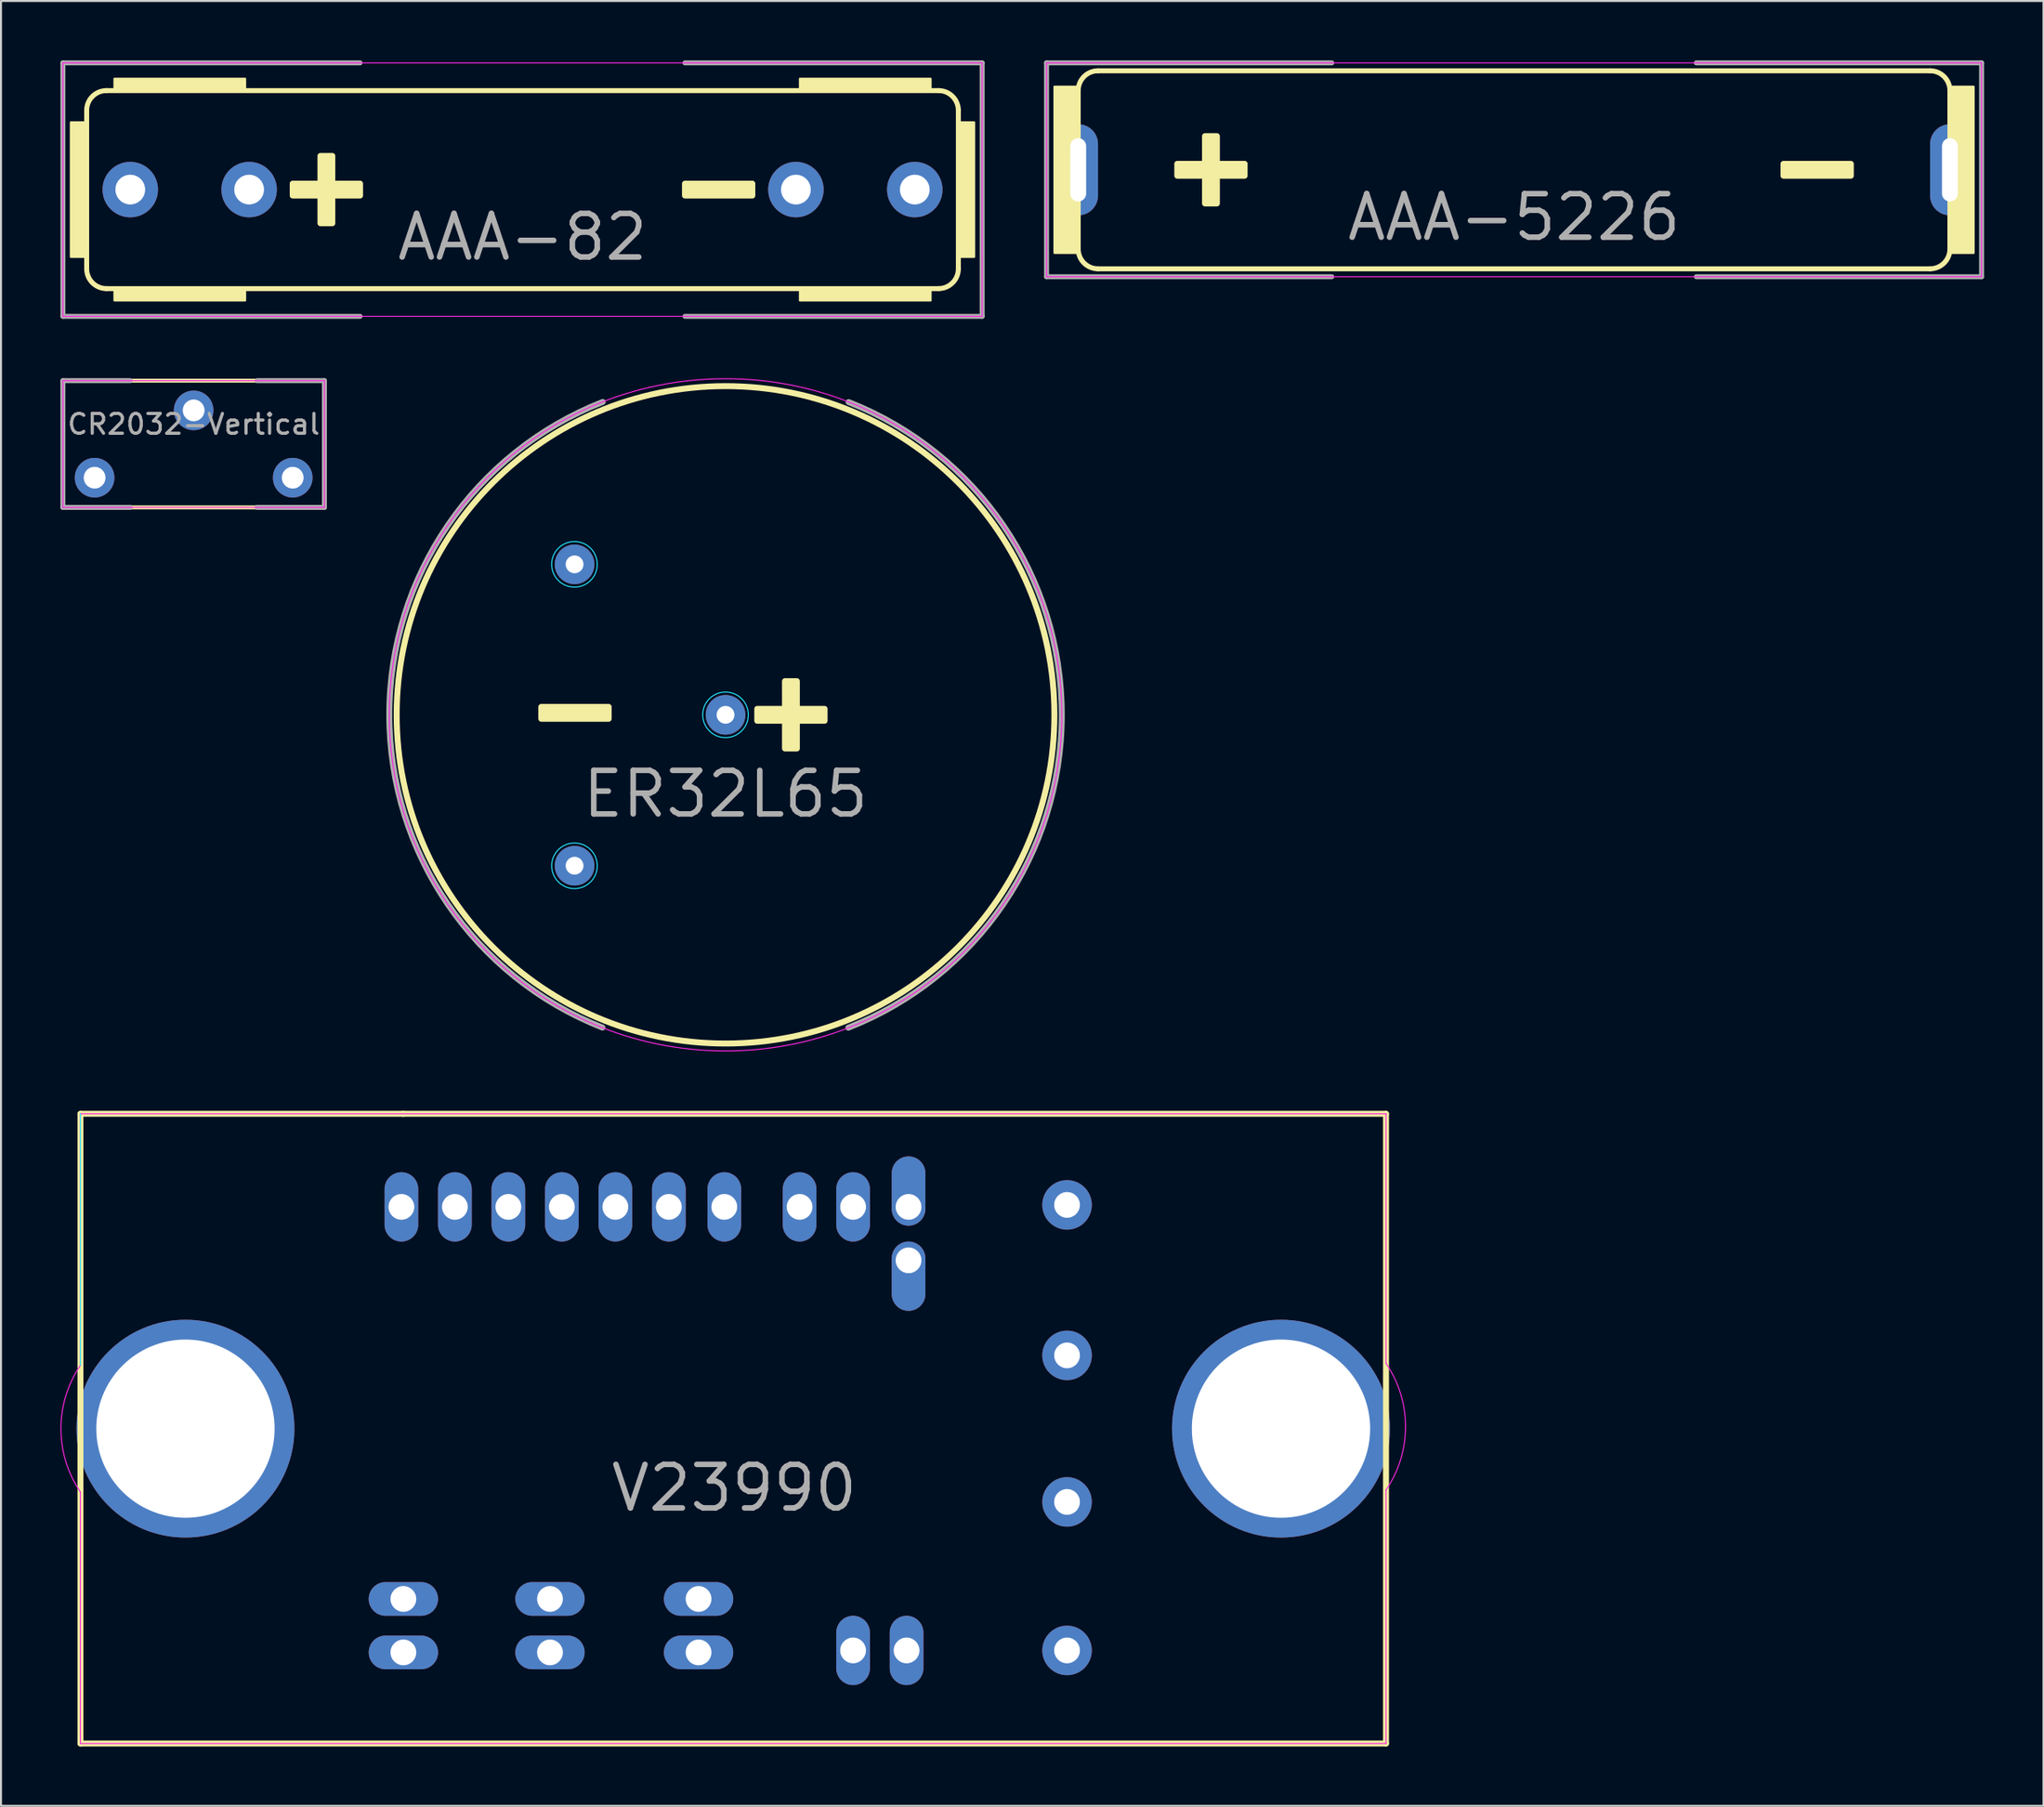
<source format=kicad_pcb>
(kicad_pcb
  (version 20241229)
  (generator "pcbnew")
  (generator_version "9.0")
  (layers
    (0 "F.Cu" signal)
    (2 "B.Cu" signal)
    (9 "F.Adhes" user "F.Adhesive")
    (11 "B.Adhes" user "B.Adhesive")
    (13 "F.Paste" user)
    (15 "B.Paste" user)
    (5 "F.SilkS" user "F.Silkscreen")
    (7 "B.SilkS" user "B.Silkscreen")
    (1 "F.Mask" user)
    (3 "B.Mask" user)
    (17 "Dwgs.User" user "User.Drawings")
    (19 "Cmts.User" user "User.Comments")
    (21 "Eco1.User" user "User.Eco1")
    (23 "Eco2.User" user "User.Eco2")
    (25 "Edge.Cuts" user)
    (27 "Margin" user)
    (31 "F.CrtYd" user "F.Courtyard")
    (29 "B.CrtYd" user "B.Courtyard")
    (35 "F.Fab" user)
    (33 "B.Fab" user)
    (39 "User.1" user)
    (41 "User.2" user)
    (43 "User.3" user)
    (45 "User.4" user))
  (footprint "CR2032-Vertical"
    (layer "F.Cu")
    (at 6.725 19.375)
    (property "Reference" "CR2032-Vertical" (at 0 -1 0) (unlocked yes) (layer "F.Fab") (effects (font (size 1 1) (thickness 0.16))))
    (attr smd)
    (fp_line (start -6.6 -3.2) (end 6.6 -3.2) (stroke (width 0.2) (type default)) (layer "F.SilkS"))
    (fp_line (start -6.6 3.2) (end -6.6 -3.2) (stroke (width 0.2) (type default)) (layer "F.SilkS"))
    (fp_line (start -6.6 3.2) (end 6.6 3.2) (stroke (width 0.2) (type default)) (layer "F.SilkS"))
    (fp_line (start 6.6 3.2) (end 6.6 -3.2) (stroke (width 0.2) (type default)) (layer "F.SilkS"))
    (fp_line (start -6.6 -3.2) (end -6.6 3.2) (stroke (width 0.05) (type default)) (layer "F.CrtYd"))
    (fp_line (start -6.6 -3.2) (end 6.6 -3.2) (stroke (width 0.05) (type default)) (layer "F.CrtYd"))
    (fp_line (start -6.6 3.2) (end 6.6 3.2) (stroke (width 0.05) (type default)) (layer "F.CrtYd"))
    (fp_line (start 6.6 -3.2) (end 6.6 3.2) (stroke (width 0.05) (type default)) (layer "F.CrtYd"))
    (fp_line (start -6.6 -3.2) (end -3.2 -3.2) (stroke (width 0.25) (type default)) (layer "F.Fab"))
    (fp_line (start -6.6 3.2) (end -6.6 -3.2) (stroke (width 0.25) (type default)) (layer "F.Fab"))
    (fp_line (start -6.6 3.2) (end -3.2 3.2) (stroke (width 0.25) (type default)) (layer "F.Fab"))
    (fp_line (start 3.2 -3.2) (end 6.6 -3.2) (stroke (width 0.25) (type default)) (layer "F.Fab"))
    (fp_line (start 3.2 3.2) (end 6.6 3.2) (stroke (width 0.25) (type default)) (layer "F.Fab"))
    (fp_line (start 6.6 3.2) (end 6.6 -3.2) (stroke (width 0.25) (type default)) (layer "F.Fab"))
    (pad "1" thru_hole circle (at -5 1.7 90) (size 2 2) (drill 1.1) (layers "*.Cu" "*.Mask"))
    (pad "1" thru_hole circle (at 5 1.7 90) (size 2 2) (drill 1.1) (layers "*.Cu" "*.Mask"))
    (pad "2" thru_hole circle (at 0 -1.7 90) (size 2 2) (drill 1.1) (layers "*.Cu" "*.Mask")))
  (footprint "V23990"
    (layer "F.Cu")
    (at 34.011 69.1)
    (property "Reference" "V23990" (at 0 3 0) (layer "F.Fab") (effects (font (size 2.2 2.2) (thickness 0.28))))
    (attr through_hole)
    (fp_line (start -33 -15.9) (end -33 15.9) (stroke (width 0.3) (type default)) (layer "F.SilkS"))
    (fp_line (start -16.7 -15.9) (end -33 -15.9) (stroke (width 0.3) (type default)) (layer "F.SilkS"))
    (fp_line (start 32.9 -15.9) (end -16.7 -15.9) (stroke (width 0.3) (type default)) (layer "F.SilkS"))
    (fp_line (start 32.9 -15.9) (end 32.9 15.9) (stroke (width 0.3) (type default)) (layer "F.SilkS"))
    (fp_line (start 32.9 15.9) (end -33 15.9) (stroke (width 0.3) (type default)) (layer "F.SilkS"))
    (fp_line (start -33 -3.2) (end -33 -15.9) (stroke (width 0.05) (type default)) (layer "B.CrtYd"))
    (fp_line (start -33 -3.2) (end -33 -15.9) (stroke (width 0.05) (type default)) (layer "F.CrtYd"))
    (fp_line (start -33 3.2) (end -33 15.9) (stroke (width 0.05) (type default)) (layer "F.CrtYd"))
    (fp_line (start -33 15.9) (end 32.9 15.9) (stroke (width 0.05) (type default)) (layer "F.CrtYd"))
    (fp_line (start 32.9 -15.9) (end -33 -15.9) (stroke (width 0.05) (type default)) (layer "F.CrtYd"))
    (fp_line (start 32.9 -15.9) (end 32.9 -3.3) (stroke (width 0.05) (type default)) (layer "F.CrtYd"))
    (fp_line (start 32.9 3.1) (end 32.9 15.9) (stroke (width 0.05) (type default)) (layer "F.CrtYd"))
    (fp_arc (start -33 3.2) (mid -33.985948 0) (end -33 -3.2) (stroke (width 0.05) (type default)) (layer "F.CrtYd"))
    (fp_arc (start 32.9 -3.3) (mid 33.885948 -0.1) (end 32.9 3.1) (stroke (width 0.05) (type default)) (layer "F.CrtYd"))
    (pad "" np_thru_hole circle (at -27.7 0 90) (size 11 11) (drill 9) (layers "*.Cu" "*.Mask"))
    (pad "" np_thru_hole circle (at 27.6 0 90) (size 11 11) (drill 9) (layers "*.Cu" "*.Mask"))
    (pad "1" thru_hole oval (at 8.8 -8.5) (size 1.7 3.5) (drill 1.3 (offset 0 0.8)) (layers "*.Cu" "*.Mask"))
    (pad "2" thru_hole oval (at 8.8 -11.2) (size 1.7 3.5) (drill 1.3 (offset 0 -0.8)) (layers "*.Cu" "*.Mask"))
    (pad "3" thru_hole oval (at 6 -11.2) (size 1.7 3.5) (drill 1.3) (layers "*.Cu" "*.Mask"))
    (pad "4" thru_hole oval (at 3.3 -11.2) (size 1.7 3.5) (drill 1.3) (layers "*.Cu" "*.Mask"))
    (pad "5" thru_hole oval (at -0.5 -11.2) (size 1.7 3.5) (drill 1.3) (layers "*.Cu" "*.Mask"))
    (pad "6" thru_hole oval (at -3.3 -11.2) (size 1.7 3.5) (drill 1.3) (layers "*.Cu" "*.Mask"))
    (pad "7" thru_hole oval (at -6 -11.2) (size 1.7 3.5) (drill 1.3) (layers "*.Cu" "*.Mask"))
    (pad "8" thru_hole oval (at -8.7 -11.2) (size 1.7 3.5) (drill 1.3) (layers "*.Cu" "*.Mask"))
    (pad "9" thru_hole oval (at -11.4 -11.2) (size 1.7 3.5) (drill 1.3) (layers "*.Cu" "*.Mask"))
    (pad "10" thru_hole oval (at -14.1 -11.2) (size 1.7 3.5) (drill 1.3) (layers "*.Cu" "*.Mask"))
    (pad "11" thru_hole oval (at -16.8 -11.2) (size 1.7 3.5) (drill 1.3) (layers "*.Cu" "*.Mask"))
    (pad "12" thru_hole oval (at -16.7 8.6 90) (size 1.7 3.5) (drill 1.3) (layers "*.Cu" "*.Mask"))
    (pad "13" thru_hole oval (at -16.7 11.3 90) (size 1.7 3.5) (drill 1.3) (layers "*.Cu" "*.Mask"))
    (pad "14" thru_hole oval (at -9.3 8.6 90) (size 1.7 3.5) (drill 1.3) (layers "*.Cu" "*.Mask"))
    (pad "15" thru_hole oval (at -9.3 11.3 90) (size 1.7 3.5) (drill 1.3) (layers "*.Cu" "*.Mask"))
    (pad "16" thru_hole oval (at -1.8 8.6 90) (size 1.7 3.5) (drill 1.3) (layers "*.Cu" "*.Mask"))
    (pad "17" thru_hole oval (at -1.8 11.3 90) (size 1.7 3.5) (drill 1.3) (layers "*.Cu" "*.Mask"))
    (pad "18" thru_hole oval (at 6 11.2) (size 1.7 3.5) (drill 1.3) (layers "*.Cu" "*.Mask"))
    (pad "19" thru_hole oval (at 8.7 11.2) (size 1.7 3.5) (drill 1.3) (layers "*.Cu" "*.Mask"))
    (pad "20" thru_hole circle (at 16.8 11.2) (size 2.5 2.5) (drill 1.3) (layers "*.Cu" "*.Mask"))
    (pad "21" thru_hole circle (at 16.8 3.7) (size 2.5 2.5) (drill 1.3) (layers "*.Cu" "*.Mask"))
    (pad "22" thru_hole circle (at 16.8 -3.7) (size 2.5 2.5) (drill 1.3) (layers "*.Cu" "*.Mask"))
    (pad "23" thru_hole circle (at 16.8 -11.3) (size 2.5 2.5) (drill 1.3) (layers "*.Cu" "*.Mask")))
  (footprint "AAA-5226"
    (layer "F.Cu")
    (at 73.375 5.525)
    (property "Reference" "AAA-5226" (at 0 2.4 0) (layer "F.Fab") (effects (font (size 2.2 2.2) (thickness 0.28))))
    (attr through_hole)
    (fp_line (start -22 4) (end -22 -4) (stroke (width 0.25) (type solid)) (layer "F.SilkS"))
    (fp_line (start -21 -5) (end 21 -5) (stroke (width 0.25) (type solid)) (layer "F.SilkS"))
    (fp_line (start -21 5) (end 21 5) (stroke (width 0.25) (type solid)) (layer "F.SilkS"))
    (fp_line (start 22 4) (end 22 -4) (stroke (width 0.25) (type solid)) (layer "F.SilkS"))
    (fp_arc (start -22 -4) (mid -21.707107 -4.707107) (end -21 -5) (stroke (width 0.25) (type solid)) (layer "F.SilkS"))
    (fp_arc (start -21 5) (mid -21.707107 4.707107) (end -22 4) (stroke (width 0.25) (type solid)) (layer "F.SilkS"))
    (fp_arc (start 21 -5) (mid 21.707107 -4.707107) (end 22 -4) (stroke (width 0.25) (type solid)) (layer "F.SilkS"))
    (fp_arc (start 22 4) (mid 21.707107 4.707107) (end 21 5) (stroke (width 0.25) (type solid)) (layer "F.SilkS"))
    (fp_poly (pts (xy -22 4.2) (xy -23.2 4.2) (xy -23.2 -4.2) (xy -22 -4.2)) (stroke (width 0.1) (type solid)) (fill yes) (layer "F.SilkS"))
    (fp_poly (pts (xy 13.6 -0.3) (xy 17 -0.3) (xy 17 0.3) (xy 13.6 0.3)) (stroke (width 0.3) (type solid)) (fill yes) (layer "F.SilkS"))
    (fp_poly (pts (xy 23.2 4.2) (xy 22 4.2) (xy 22 -4.2) (xy 23.2 -4.2)) (stroke (width 0.1) (type solid)) (fill yes) (layer "F.SilkS"))
    (fp_poly (pts (xy -17 -0.3) (xy -17 0.3) (xy -15.6 0.3) (xy -15.6 1.7) (xy -15 1.7) (xy -15 0.3) (xy -13.6 0.3) (xy -13.6 -0.3) (xy -15 -0.3) (xy -15 -1.7) (xy -15.6 -1.7) (xy -15.6 -0.3)) (stroke (width 0.3) (type solid)) (fill yes) (layer "F.SilkS"))
    (fp_line (start -23.6 -5.4) (end -23.6 5.4) (stroke (width 0.05) (type solid)) (layer "F.CrtYd"))
    (fp_line (start 23.6 -5.4) (end -23.6 -5.4) (stroke (width 0.05) (type solid)) (layer "F.CrtYd"))
    (fp_line (start 23.6 -5.4) (end 23.6 5.4) (stroke (width 0.05) (type solid)) (layer "F.CrtYd"))
    (fp_line (start 23.6 5.4) (end -23.6 5.4) (stroke (width 0.05) (type solid)) (layer "F.CrtYd"))
    (fp_line (start -23.6 -5.4) (end -9.2 -5.4) (stroke (width 0.25) (type solid)) (layer "F.Fab"))
    (fp_line (start -23.6 5.4) (end -23.6 -5.4) (stroke (width 0.25) (type solid)) (layer "F.Fab"))
    (fp_line (start -23.6 5.4) (end -9.2 5.4) (stroke (width 0.25) (type solid)) (layer "F.Fab"))
    (fp_line (start 9.2 -5.4) (end 23.6 -5.4) (stroke (width 0.25) (type solid)) (layer "F.Fab"))
    (fp_line (start 9.2 5.4) (end 23.6 5.4) (stroke (width 0.25) (type solid)) (layer "F.Fab"))
    (fp_line (start 23.6 5.4) (end 23.6 -5.4) (stroke (width 0.25) (type solid)) (layer "F.Fab"))
    (pad "1" thru_hole oval (at -22 0) (size 2 4.6) (drill oval 0.8 3.2) (layers "*.Cu" "*.Mask"))
    (pad "2" thru_hole oval (at 22 0) (size 2 4.6) (drill oval 0.8 3.2) (layers "*.Cu" "*.Mask")))
  (footprint "ER32L65"
    (layer "F.Cu")
    (at 33.573 33.05)
    (property "Reference" "ER32L65" (at 0 4 0) (layer "F.Fab") (effects (font (size 2.2 2.2) (thickness 0.28))))
    (attr through_hole)
    (fp_circle (center 0 0) (end 16.6 0) (stroke (width 0.3) (type solid)) (fill no) (layer "F.SilkS"))
    (fp_poly (pts (xy -9.3 -0.4) (xy -5.9 -0.4) (xy -5.9 0.2) (xy -9.3 0.2)) (stroke (width 0.3) (type solid)) (fill yes) (layer "F.SilkS"))
    (fp_poly (pts (xy 1.6 -0.3) (xy 1.6 0.3) (xy 3 0.3) (xy 3 1.7) (xy 3.6 1.7) (xy 3.6 0.3) (xy 5 0.3) (xy 5 -0.3) (xy 3.6 -0.3) (xy 3.6 -1.7) (xy 3 -1.7) (xy 3 -0.3)) (stroke (width 0.3) (type solid)) (fill yes) (layer "F.SilkS"))
    (fp_circle (center -7.626 -7.6) (end -6.475 -7.6) (stroke (width 0.05) (type solid)) (fill no) (layer "B.CrtYd"))
    (fp_circle (center -7.625 7.625) (end -6.474 7.625) (stroke (width 0.05) (type solid)) (fill no) (layer "B.CrtYd"))
    (fp_circle (center -0.001 0) (end 1.15 0) (stroke (width 0.05) (type solid)) (fill no) (layer "B.CrtYd"))
    (fp_circle (center 0 0) (end 16.975 0) (stroke (width 0.05) (type solid)) (fill no) (layer "F.CrtYd"))
    (fp_arc (start -6.213624 15.794646) (mid -16.972917 -0.007319) (end -6.199999 -15.799999) (stroke (width 0.3) (type solid)) (layer "F.Fab"))
    (fp_arc (start 6.213624 -15.794646) (mid 16.972917 0.007319) (end 6.199999 15.799999) (stroke (width 0.3) (type solid)) (layer "F.Fab"))
    (pad "1" thru_hole circle (at 0 0) (size 2 2) (drill 0.9) (layers "*.Cu" "*.Mask"))
    (pad "2" thru_hole circle (at -7.62 -7.6) (size 2 2) (drill 0.9) (layers "*.Cu" "*.Mask"))
    (pad "2" thru_hole circle (at -7.62 7.62) (size 2 2) (drill 0.9) (layers "*.Cu" "*.Mask")))
  (footprint "AAA-82"
    (layer "F.Cu")
    (at 23.325 6.525)
    (property "Reference" "AAA-82" (at 0 2.4 0) (layer "F.Fab") (effects (font (size 2.2 2.2) (thickness 0.28))))
    (attr through_hole)
    (fp_line (start -22 4) (end -22 -4) (stroke (width 0.25) (type solid)) (layer "F.SilkS"))
    (fp_line (start -21 -5) (end 21 -5) (stroke (width 0.25) (type solid)) (layer "F.SilkS"))
    (fp_line (start -21 5) (end 21 5) (stroke (width 0.25) (type solid)) (layer "F.SilkS"))
    (fp_line (start 22 4) (end 22 -4) (stroke (width 0.25) (type solid)) (layer "F.SilkS"))
    (fp_arc (start -22 -4) (mid -21.707107 -4.707107) (end -21 -5) (stroke (width 0.25) (type solid)) (layer "F.SilkS"))
    (fp_arc (start -21 5) (mid -21.707107 4.707107) (end -22 4) (stroke (width 0.25) (type solid)) (layer "F.SilkS"))
    (fp_arc (start 21 -5) (mid 21.707107 -4.707107) (end 22 -4) (stroke (width 0.25) (type solid)) (layer "F.SilkS"))
    (fp_arc (start 22 4) (mid 21.707107 4.707107) (end 21 5) (stroke (width 0.25) (type solid)) (layer "F.SilkS"))
    (fp_poly (pts (xy -22 3.4) (xy -22.8 3.4) (xy -22.8 -3.4) (xy -22 -3.4)) (stroke (width 0.1) (type solid)) (fill yes) (layer "F.SilkS"))
    (fp_poly (pts (xy -14 -5.6) (xy -14 -5) (xy -20.6 -5) (xy -20.6 -5.6)) (stroke (width 0.1) (type solid)) (fill yes) (layer "F.SilkS"))
    (fp_poly (pts (xy -14 5) (xy -14 5.6) (xy -20.6 5.6) (xy -20.6 5)) (stroke (width 0.1) (type solid)) (fill yes) (layer "F.SilkS"))
    (fp_poly (pts (xy 8.2 -0.3) (xy 11.6 -0.3) (xy 11.6 0.3) (xy 8.2 0.3)) (stroke (width 0.3) (type solid)) (fill yes) (layer "F.SilkS"))
    (fp_poly (pts (xy 20.6 -5.6) (xy 20.6 -5) (xy 14 -5) (xy 14 -5.6)) (stroke (width 0.1) (type solid)) (fill yes) (layer "F.SilkS"))
    (fp_poly (pts (xy 20.6 5) (xy 20.6 5.6) (xy 14 5.6) (xy 14 5)) (stroke (width 0.1) (type solid)) (fill yes) (layer "F.SilkS"))
    (fp_poly (pts (xy 22.8 3.4) (xy 22 3.4) (xy 22 -3.4) (xy 22.8 -3.4)) (stroke (width 0.1) (type solid)) (fill yes) (layer "F.SilkS"))
    (fp_poly (pts (xy -11.6 -0.3) (xy -11.6 0.3) (xy -10.2 0.3) (xy -10.2 1.7) (xy -9.6 1.7) (xy -9.6 0.3) (xy -8.2 0.3) (xy -8.2 -0.3) (xy -9.6 -0.3) (xy -9.6 -1.7) (xy -10.2 -1.7) (xy -10.2 -0.3)) (stroke (width 0.3) (type solid)) (fill yes) (layer "F.SilkS"))
    (fp_line (start -23.2 -6.4) (end -23.2 6.4) (stroke (width 0.05) (type solid)) (layer "F.CrtYd"))
    (fp_line (start 23.2 -6.4) (end -23.2 -6.4) (stroke (width 0.05) (type solid)) (layer "F.CrtYd"))
    (fp_line (start 23.2 -6.4) (end 23.2 6.4) (stroke (width 0.05) (type solid)) (layer "F.CrtYd"))
    (fp_line (start 23.2 6.4) (end -23.2 6.4) (stroke (width 0.05) (type solid)) (layer "F.CrtYd"))
    (fp_line (start -23.2 -6.4) (end -8.2 -6.4) (stroke (width 0.25) (type solid)) (layer "F.Fab"))
    (fp_line (start -23.2 6.4) (end -23.2 -6.4) (stroke (width 0.25) (type solid)) (layer "F.Fab"))
    (fp_line (start -23.2 6.4) (end -8.2 6.4) (stroke (width 0.25) (type solid)) (layer "F.Fab"))
    (fp_line (start 8.2 -6.4) (end 23.2 -6.4) (stroke (width 0.25) (type solid)) (layer "F.Fab"))
    (fp_line (start 8.2 6.4) (end 23.2 6.4) (stroke (width 0.25) (type solid)) (layer "F.Fab"))
    (fp_line (start 23.2 6.4) (end 23.2 -6.4) (stroke (width 0.25) (type solid)) (layer "F.Fab"))
    (pad "1" thru_hole circle (at -19.8 0) (size 2.8 2.8) (drill 1.5) (layers "*.Cu" "*.Mask"))
    (pad "1" thru_hole circle (at -13.8 0) (size 2.8 2.8) (drill 1.5) (layers "*.Cu" "*.Mask"))
    (pad "2" thru_hole circle (at 13.8 0) (size 2.8 2.8) (drill 1.5) (layers "*.Cu" "*.Mask"))
    (pad "2" thru_hole circle (at 19.8 0) (size 2.8 2.8) (drill 1.5) (layers "*.Cu" "*.Mask")))
  (gr_rect
    (start -3 -3)
    (end 100.1 88.15)
    (stroke (width 0.1) (type default))
    (fill no)
    (layer "Edge.Cuts")))
</source>
